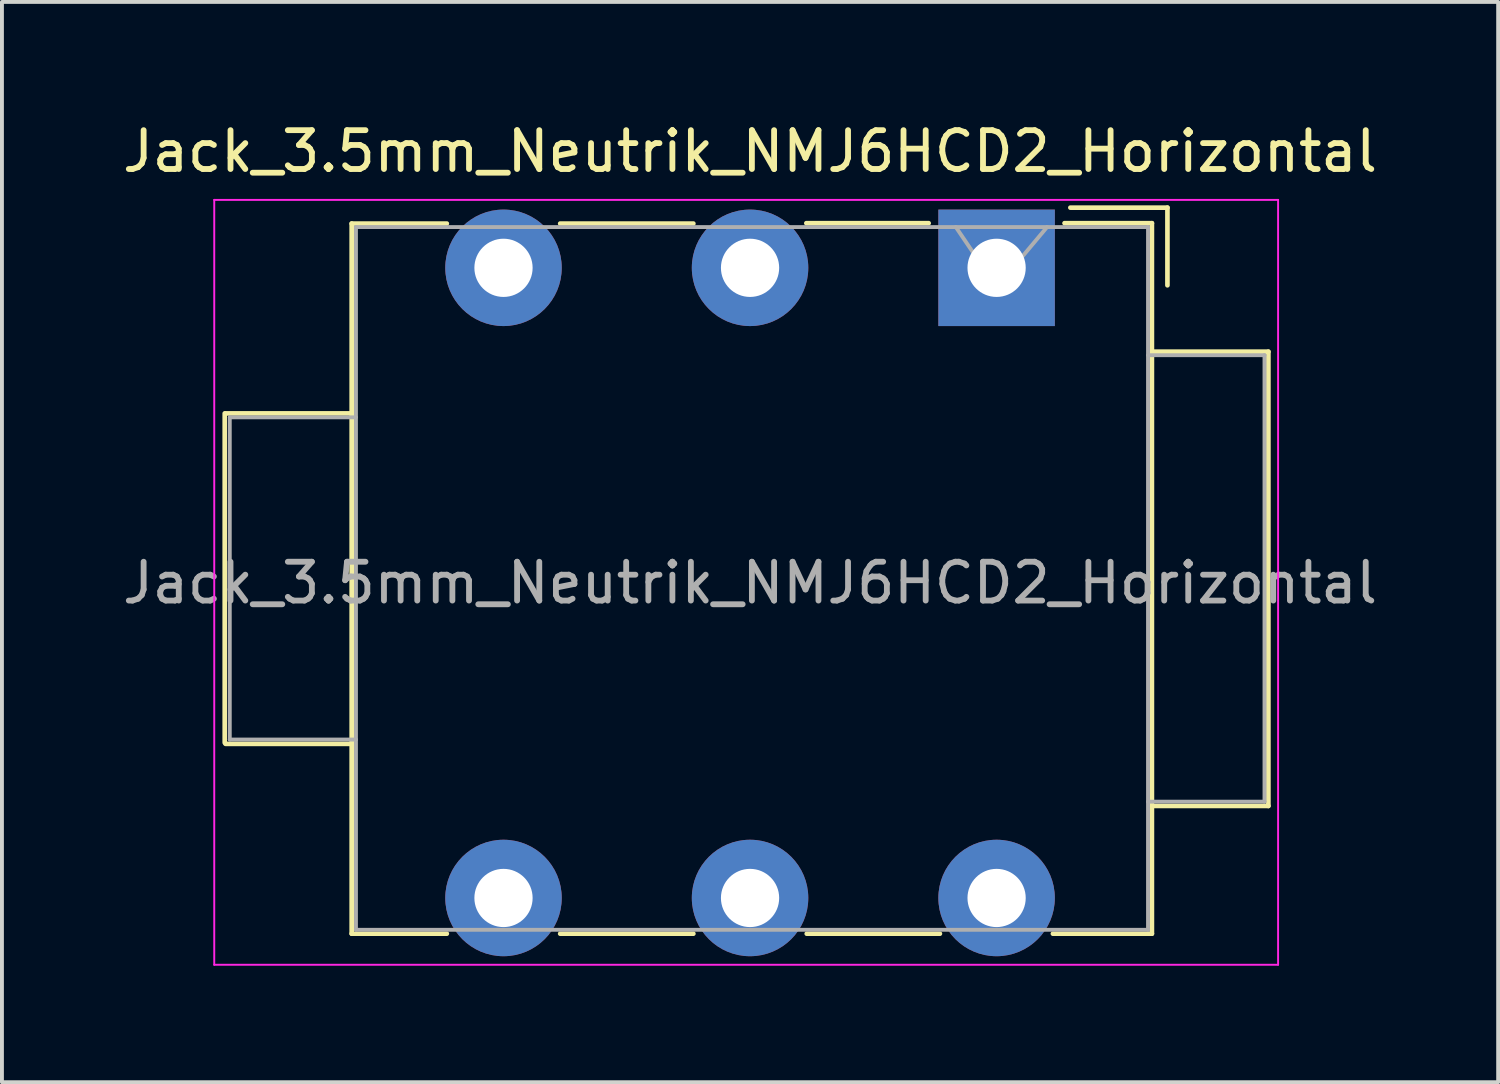
<source format=kicad_pcb>
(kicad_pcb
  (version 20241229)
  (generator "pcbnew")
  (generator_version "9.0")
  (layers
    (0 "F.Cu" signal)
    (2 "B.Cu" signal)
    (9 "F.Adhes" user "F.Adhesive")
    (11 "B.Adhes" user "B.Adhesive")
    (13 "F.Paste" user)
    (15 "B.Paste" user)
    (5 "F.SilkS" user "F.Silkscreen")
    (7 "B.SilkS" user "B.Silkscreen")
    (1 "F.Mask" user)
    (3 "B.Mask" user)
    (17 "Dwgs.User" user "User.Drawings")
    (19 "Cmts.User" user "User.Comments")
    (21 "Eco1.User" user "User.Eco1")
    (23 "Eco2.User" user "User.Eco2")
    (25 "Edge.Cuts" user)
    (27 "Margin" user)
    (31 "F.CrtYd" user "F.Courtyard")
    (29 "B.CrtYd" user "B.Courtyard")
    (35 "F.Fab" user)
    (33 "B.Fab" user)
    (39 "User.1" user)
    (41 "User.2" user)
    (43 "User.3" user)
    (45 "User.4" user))
  (footprint "Jack_3.5mm_Neutrik_NMJ6HCD2_Horizontal"
    (layer "F.Cu")
    (at 9.918 3.848)
    (property "Reference" "Jack_3.5mm_Neutrik_NMJ6HCD2_Horizontal" (at 6.35 -3 0) (layer "F.SilkS") (effects (font (size 1 1) (thickness 0.15))))
    (attr through_hole)
    (fp_line (start -7.18 3.75) (end -7.18 12.23) (stroke (width 0.12) (type solid)) (layer "F.SilkS"))
    (fp_line (start -3.94 3.75) (end -7.16 3.75) (stroke (width 0.12) (type solid)) (layer "F.SilkS"))
    (fp_line (start -3.94 12.26) (end -7.16 12.26) (stroke (width 0.12) (type solid)) (layer "F.SilkS"))
    (fp_line (start -3.91 -1.14) (end -3.91 17.15) (stroke (width 0.12) (type solid)) (layer "F.SilkS"))
    (fp_line (start -3.91 -1.14) (end -1.46 -1.14) (stroke (width 0.12) (type solid)) (layer "F.SilkS"))
    (fp_line (start -3.91 17.15) (end -1.46 17.15) (stroke (width 0.12) (type solid)) (layer "F.SilkS"))
    (fp_line (start 1.46 -1.14) (end 4.89 -1.14) (stroke (width 0.12) (type solid)) (layer "F.SilkS"))
    (fp_line (start 4.89 17.15) (end 1.46 17.15) (stroke (width 0.12) (type solid)) (layer "F.SilkS"))
    (fp_line (start 7.8 -1.15) (end 10.95 -1.15) (stroke (width 0.12) (type solid)) (layer "F.SilkS"))
    (fp_line (start 11.24 17.15) (end 7.81 17.15) (stroke (width 0.12) (type solid)) (layer "F.SilkS"))
    (fp_line (start 14.45 -1.15) (end 16.7 -1.15) (stroke (width 0.12) (type solid)) (layer "F.SilkS"))
    (fp_line (start 16.7 -1.15) (end 16.7 17.15) (stroke (width 0.12) (type solid)) (layer "F.SilkS"))
    (fp_line (start 16.7 17.15) (end 14.15 17.15) (stroke (width 0.12) (type solid)) (layer "F.SilkS"))
    (fp_line (start 17.1 -1.55) (end 14.6 -1.55) (stroke (width 0.12) (type solid)) (layer "F.SilkS"))
    (fp_line (start 17.1 0.45) (end 17.1 -1.55) (stroke (width 0.12) (type solid)) (layer "F.SilkS"))
    (fp_line (start 19.7 2.16) (end 16.7 2.16) (stroke (width 0.12) (type solid)) (layer "F.SilkS"))
    (fp_line (start 19.7 2.16) (end 19.7 13.86) (stroke (width 0.12) (type solid)) (layer "F.SilkS"))
    (fp_line (start 19.7 13.86) (end 16.7 13.86) (stroke (width 0.12) (type solid)) (layer "F.SilkS"))
    (fp_line (start -7.45 -1.75) (end -7.45 17.95) (stroke (width 0.05) (type solid)) (layer "F.CrtYd"))
    (fp_line (start -7.45 17.95) (end 19.95 17.95) (stroke (width 0.05) (type solid)) (layer "F.CrtYd"))
    (fp_line (start 19.95 -1.75) (end -7.45 -1.75) (stroke (width 0.05) (type solid)) (layer "F.CrtYd"))
    (fp_line (start 19.95 -1.75) (end 19.95 17.95) (stroke (width 0.05) (type solid)) (layer "F.CrtYd"))
    (fp_line (start -7.05 3.85) (end -7.05 12.15) (stroke (width 0.1) (type solid)) (layer "F.Fab"))
    (fp_line (start -7.05 12.15) (end -3.8 12.15) (stroke (width 0.1) (type solid)) (layer "F.Fab"))
    (fp_line (start -3.8 -1.05) (end 16.6 -1.05) (stroke (width 0.1) (type solid)) (layer "F.Fab"))
    (fp_line (start -3.8 3.85) (end -7.05 3.85) (stroke (width 0.1) (type solid)) (layer "F.Fab"))
    (fp_line (start -3.8 17.05) (end -3.8 -1.05) (stroke (width 0.1) (type solid)) (layer "F.Fab"))
    (fp_line (start 12.7 0.5) (end 11.65 -1.05) (stroke (width 0.1) (type solid)) (layer "F.Fab"))
    (fp_line (start 14 -1.05) (end 12.7 0.5) (stroke (width 0.1) (type solid)) (layer "F.Fab"))
    (fp_line (start 16.6 -1.05) (end 16.6 17.05) (stroke (width 0.1) (type solid)) (layer "F.Fab"))
    (fp_line (start 16.6 2.25) (end 19.6 2.25) (stroke (width 0.1) (type solid)) (layer "F.Fab"))
    (fp_line (start 16.6 17.05) (end -3.8 17.05) (stroke (width 0.1) (type solid)) (layer "F.Fab"))
    (fp_line (start 19.6 2.25) (end 19.6 13.75) (stroke (width 0.1) (type solid)) (layer "F.Fab"))
    (fp_line (start 19.6 13.75) (end 16.6 13.75) (stroke (width 0.1) (type solid)) (layer "F.Fab"))
    (fp_text user "${REFERENCE}" (at 6.35 8.115 0) (layer "F.Fab") (effects (font (size 1 1) (thickness 0.15))))
    (pad "R1" thru_hole circle (at 6.35 0) (size 3 3) (drill 1.5) (layers "*.Cu" "*.Mask"))
    (pad "RN1" thru_hole circle (at 6.35 16.23) (size 3 3) (drill 1.5) (layers "*.Cu" "*.Mask"))
    (pad "S1" thru_hole rect (at 12.7 0) (size 3 3) (drill 1.5) (layers "*.Cu" "*.Mask"))
    (pad "SN1" thru_hole circle (at 12.7 16.23) (size 3 3) (drill 1.5) (layers "*.Cu" "*.Mask"))
    (pad "T1" thru_hole circle (at 0 0) (size 3 3) (drill 1.5) (layers "*.Cu" "*.Mask"))
    (pad "TN1" thru_hole circle (at 0 16.23) (size 3 3) (drill 1.5) (layers "*.Cu" "*.Mask")))
  (gr_rect
    (start -3 -3)
    (end 35.536 24.823)
    (stroke (width 0.1) (type default))
    (fill no)
    (layer "Edge.Cuts")))
</source>
